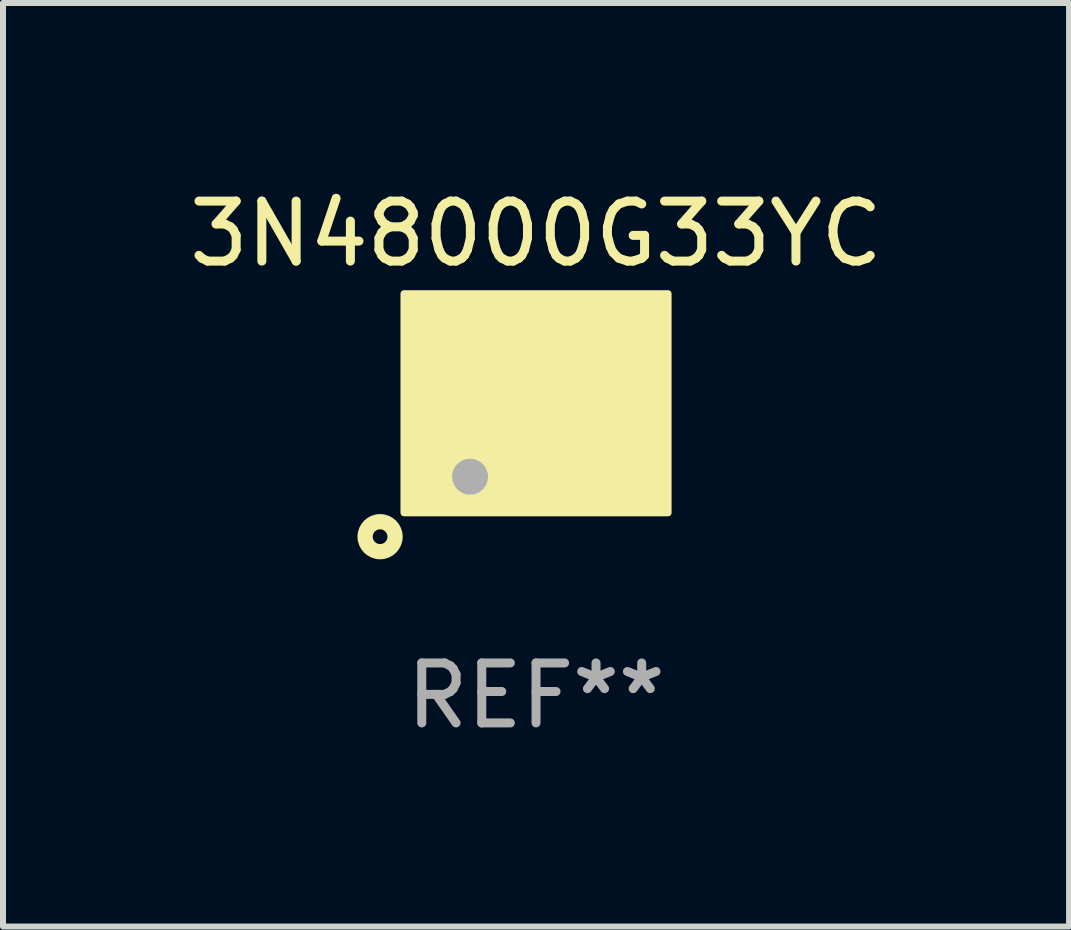
<source format=kicad_pcb>
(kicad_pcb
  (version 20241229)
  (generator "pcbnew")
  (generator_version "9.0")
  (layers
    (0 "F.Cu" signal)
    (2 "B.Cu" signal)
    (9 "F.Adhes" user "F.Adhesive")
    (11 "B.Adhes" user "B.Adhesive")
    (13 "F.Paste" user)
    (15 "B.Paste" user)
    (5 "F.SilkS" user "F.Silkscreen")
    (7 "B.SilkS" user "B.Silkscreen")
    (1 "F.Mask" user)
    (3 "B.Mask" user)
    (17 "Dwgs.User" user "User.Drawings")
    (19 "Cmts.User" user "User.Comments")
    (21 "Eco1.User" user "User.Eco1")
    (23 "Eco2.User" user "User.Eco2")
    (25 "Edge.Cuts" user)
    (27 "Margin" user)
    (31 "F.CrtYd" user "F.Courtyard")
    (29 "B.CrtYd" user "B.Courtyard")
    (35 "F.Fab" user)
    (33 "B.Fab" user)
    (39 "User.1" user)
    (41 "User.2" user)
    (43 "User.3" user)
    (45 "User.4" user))
  (footprint "3N48000G33YC"
    (layer "F.Cu")
    (at 5.887 3.698)
    (property "Reference" "3N48000G33YC" (at 0 -2.85 0) (layer "F.SilkS") (effects (font (size 1 1) (thickness 0.15))))
    (attr through_hole)
    (fp_circle (center -2.6 2.2) (end -2.35 2.2) (stroke (width 0.254) (type solid)) (fill no) (layer "F.SilkS"))
    (fp_circle (center -1.6 1.25) (end -1.57 1.25) (stroke (width 0.06) (type solid)) (fill no) (layer "F.SilkS"))
    (fp_poly (pts (xy -2.2 -1.85) (xy 2.2 -1.85) (xy 2.2 1.8) (xy -2.2 1.8)) (stroke (width 0.12) (type solid)) (fill yes) (layer "F.SilkS"))
    (fp_circle (center -1.1 1.2) (end -0.95 1.2) (stroke (width 0.3) (type solid)) (fill no) (layer "F.Fab"))
    (fp_text user "REF**" (at 0 4.85 0) (layer "F.Fab") (effects (font (size 1 1) (thickness 0.15))))
    (pad "1" smd custom (at -1.1 0.85) (size 1.4 1.2) (layers "F.Cu" "F.Mask" "F.Paste") (options (anchor circle)) (primitives (gr_poly (pts (xy -0.7 -0.6) (xy 0.4 -0.6) (xy 0.7 -0.3) (xy 0.7 0.6) (xy -0.7 0.6)) (width 0) (fill yes))))
    (pad "2" smd rect (at 1.1 0.85) (size 1.4 1.2) (layers "F.Cu" "F.Mask" "F.Paste"))
    (pad "3" smd rect (at 1.1 -0.85) (size 1.4 1.2) (layers "F.Cu" "F.Mask" "F.Paste"))
    (pad "4" smd rect (at -1.1 -0.85) (size 1.4 1.2) (layers "F.Cu" "F.Mask" "F.Paste")))
  (gr_rect
    (start -3 -3)
    (end 14.774 12.397)
    (stroke (width 0.1) (type default))
    (fill no)
    (layer "Edge.Cuts")))
</source>
